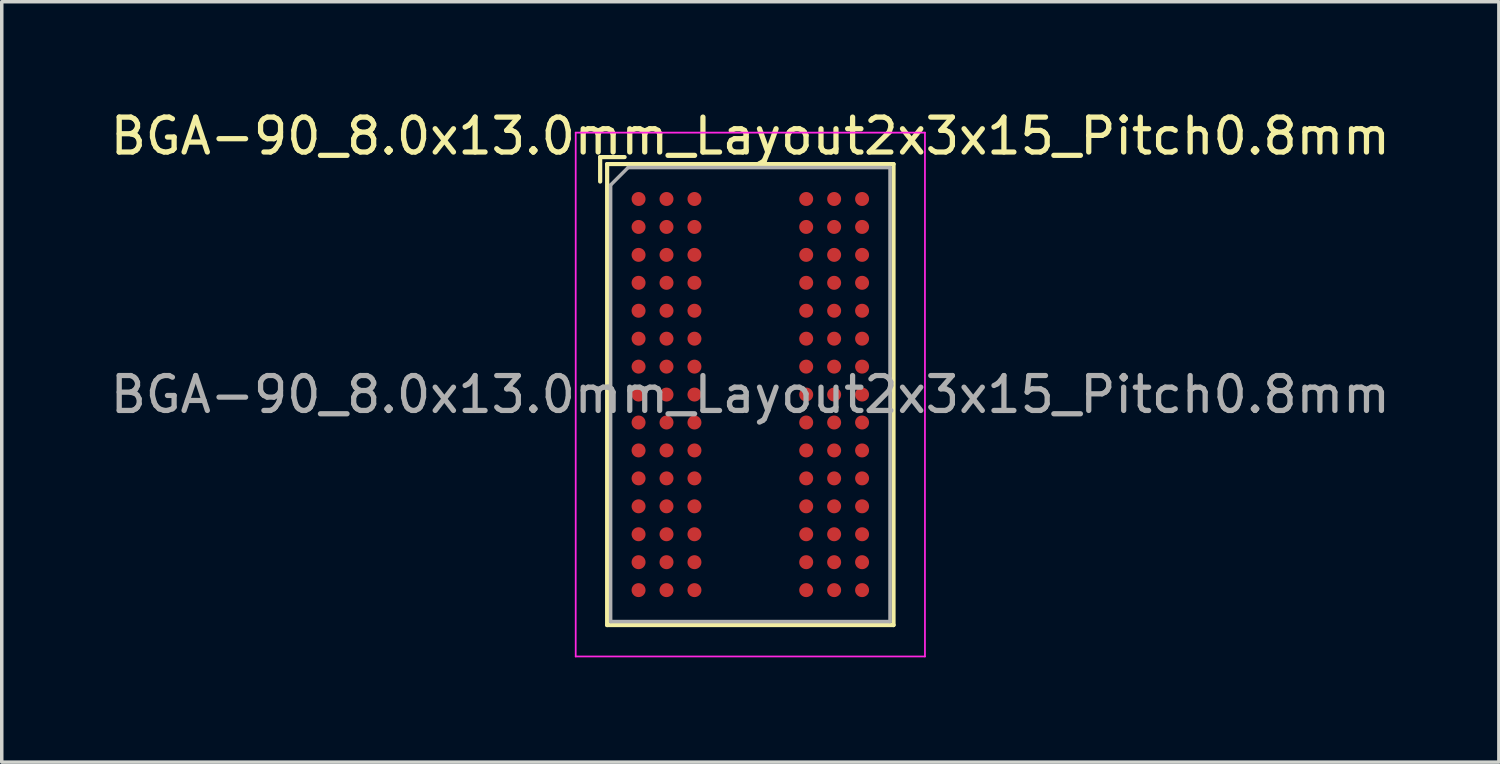
<source format=kicad_pcb>
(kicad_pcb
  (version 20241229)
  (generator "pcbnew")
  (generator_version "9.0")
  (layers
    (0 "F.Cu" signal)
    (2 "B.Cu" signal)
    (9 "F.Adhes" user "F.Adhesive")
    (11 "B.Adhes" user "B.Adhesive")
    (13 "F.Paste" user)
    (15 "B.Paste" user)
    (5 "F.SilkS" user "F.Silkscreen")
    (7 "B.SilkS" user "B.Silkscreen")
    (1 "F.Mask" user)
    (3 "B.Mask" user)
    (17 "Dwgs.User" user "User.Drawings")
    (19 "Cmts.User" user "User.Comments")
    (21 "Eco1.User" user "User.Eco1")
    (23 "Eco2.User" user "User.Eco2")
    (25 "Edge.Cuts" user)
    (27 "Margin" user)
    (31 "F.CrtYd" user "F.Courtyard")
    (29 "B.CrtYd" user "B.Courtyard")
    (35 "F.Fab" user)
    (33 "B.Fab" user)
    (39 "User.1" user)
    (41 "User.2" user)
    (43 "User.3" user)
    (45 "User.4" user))
  (footprint "BGA-90_8.0x13.0mm_Layout2x3x15_Pitch0.8mm"
    (layer "F.Cu")
    (at 18.435 8.248)
    (property "Reference" "BGA-90_8.0x13.0mm_Layout2x3x15_Pitch0.8mm" (at 0 -7.4 0) (layer "F.SilkS") (effects (font (size 1 1) (thickness 0.15))))
    (attr smd)
    (fp_line (start -4.3 -6.8) (end -3.6 -6.8) (stroke (width 0.12) (type solid)) (layer "F.SilkS"))
    (fp_line (start -4.3 -6.1) (end -4.3 -6.8) (stroke (width 0.12) (type solid)) (layer "F.SilkS"))
    (fp_line (start -4.1 -6.6) (end -4.1 6.6) (stroke (width 0.12) (type solid)) (layer "F.SilkS"))
    (fp_line (start -4.1 6.6) (end 4.1 6.6) (stroke (width 0.12) (type solid)) (layer "F.SilkS"))
    (fp_line (start 4.1 -6.6) (end -4.1 -6.6) (stroke (width 0.12) (type solid)) (layer "F.SilkS"))
    (fp_line (start 4.1 6.6) (end 4.1 -6.6) (stroke (width 0.12) (type solid)) (layer "F.SilkS"))
    (fp_line (start -5 -7.5) (end -5 7.5) (stroke (width 0.05) (type solid)) (layer "F.CrtYd"))
    (fp_line (start -5 -7.5) (end 5 -7.5) (stroke (width 0.05) (type solid)) (layer "F.CrtYd"))
    (fp_line (start 5 7.5) (end -5 7.5) (stroke (width 0.05) (type solid)) (layer "F.CrtYd"))
    (fp_line (start 5 7.5) (end 5 -7.5) (stroke (width 0.05) (type solid)) (layer "F.CrtYd"))
    (fp_line (start -4 -6) (end -4 6.5) (stroke (width 0.1) (type solid)) (layer "F.Fab"))
    (fp_line (start -4 6.5) (end 4 6.5) (stroke (width 0.1) (type solid)) (layer "F.Fab"))
    (fp_line (start -3.5 -6.5) (end -4 -6) (stroke (width 0.1) (type solid)) (layer "F.Fab"))
    (fp_line (start 4 -6.5) (end -3.5 -6.5) (stroke (width 0.1) (type solid)) (layer "F.Fab"))
    (fp_line (start 4 6.5) (end 4 -6.5) (stroke (width 0.1) (type solid)) (layer "F.Fab"))
    (fp_text user "${REFERENCE}" (at 0 0 0) (layer "F.Fab") (effects (font (size 1 1) (thickness 0.15))))
    (pad "A1" smd circle (at -3.2 -5.6) (size 0.4 0.4) (layers "F.Cu" "F.Mask" "F.Paste"))
    (pad "A2" smd circle (at -2.4 -5.6) (size 0.4 0.4) (layers "F.Cu" "F.Mask" "F.Paste"))
    (pad "A3" smd circle (at -1.6 -5.6) (size 0.4 0.4) (layers "F.Cu" "F.Mask" "F.Paste"))
    (pad "A7" smd circle (at 1.6 -5.6) (size 0.4 0.4) (layers "F.Cu" "F.Mask" "F.Paste"))
    (pad "A8" smd circle (at 2.4 -5.6) (size 0.4 0.4) (layers "F.Cu" "F.Mask" "F.Paste"))
    (pad "A9" smd circle (at 3.2 -5.6) (size 0.4 0.4) (layers "F.Cu" "F.Mask" "F.Paste"))
    (pad "B1" smd circle (at -3.2 -4.8) (size 0.4 0.4) (layers "F.Cu" "F.Mask" "F.Paste"))
    (pad "B2" smd circle (at -2.4 -4.8) (size 0.4 0.4) (layers "F.Cu" "F.Mask" "F.Paste"))
    (pad "B3" smd circle (at -1.6 -4.8) (size 0.4 0.4) (layers "F.Cu" "F.Mask" "F.Paste"))
    (pad "B7" smd circle (at 1.6 -4.8) (size 0.4 0.4) (layers "F.Cu" "F.Mask" "F.Paste"))
    (pad "B8" smd circle (at 2.4 -4.8) (size 0.4 0.4) (layers "F.Cu" "F.Mask" "F.Paste"))
    (pad "B9" smd circle (at 3.2 -4.8) (size 0.4 0.4) (layers "F.Cu" "F.Mask" "F.Paste"))
    (pad "C1" smd circle (at -3.2 -4) (size 0.4 0.4) (layers "F.Cu" "F.Mask" "F.Paste"))
    (pad "C2" smd circle (at -2.4 -4) (size 0.4 0.4) (layers "F.Cu" "F.Mask" "F.Paste"))
    (pad "C3" smd circle (at -1.6 -4) (size 0.4 0.4) (layers "F.Cu" "F.Mask" "F.Paste"))
    (pad "C7" smd circle (at 1.6 -4) (size 0.4 0.4) (layers "F.Cu" "F.Mask" "F.Paste"))
    (pad "C8" smd circle (at 2.4 -4) (size 0.4 0.4) (layers "F.Cu" "F.Mask" "F.Paste"))
    (pad "C9" smd circle (at 3.2 -4) (size 0.4 0.4) (layers "F.Cu" "F.Mask" "F.Paste"))
    (pad "D1" smd circle (at -3.2 -3.2) (size 0.4 0.4) (layers "F.Cu" "F.Mask" "F.Paste"))
    (pad "D2" smd circle (at -2.4 -3.2) (size 0.4 0.4) (layers "F.Cu" "F.Mask" "F.Paste"))
    (pad "D3" smd circle (at -1.6 -3.2) (size 0.4 0.4) (layers "F.Cu" "F.Mask" "F.Paste"))
    (pad "D7" smd circle (at 1.6 -3.2) (size 0.4 0.4) (layers "F.Cu" "F.Mask" "F.Paste"))
    (pad "D8" smd circle (at 2.4 -3.2) (size 0.4 0.4) (layers "F.Cu" "F.Mask" "F.Paste"))
    (pad "D9" smd circle (at 3.2 -3.2) (size 0.4 0.4) (layers "F.Cu" "F.Mask" "F.Paste"))
    (pad "E1" smd circle (at -3.2 -2.4) (size 0.4 0.4) (layers "F.Cu" "F.Mask" "F.Paste"))
    (pad "E2" smd circle (at -2.4 -2.4) (size 0.4 0.4) (layers "F.Cu" "F.Mask" "F.Paste"))
    (pad "E3" smd circle (at -1.6 -2.4) (size 0.4 0.4) (layers "F.Cu" "F.Mask" "F.Paste"))
    (pad "E7" smd circle (at 1.6 -2.4) (size 0.4 0.4) (layers "F.Cu" "F.Mask" "F.Paste"))
    (pad "E8" smd circle (at 2.4 -2.4) (size 0.4 0.4) (layers "F.Cu" "F.Mask" "F.Paste"))
    (pad "E9" smd circle (at 3.2 -2.4) (size 0.4 0.4) (layers "F.Cu" "F.Mask" "F.Paste"))
    (pad "F1" smd circle (at -3.2 -1.6) (size 0.4 0.4) (layers "F.Cu" "F.Mask" "F.Paste"))
    (pad "F2" smd circle (at -2.4 -1.6) (size 0.4 0.4) (layers "F.Cu" "F.Mask" "F.Paste"))
    (pad "F3" smd circle (at -1.6 -1.6) (size 0.4 0.4) (layers "F.Cu" "F.Mask" "F.Paste"))
    (pad "F7" smd circle (at 1.6 -1.6) (size 0.4 0.4) (layers "F.Cu" "F.Mask" "F.Paste"))
    (pad "F8" smd circle (at 2.4 -1.6) (size 0.4 0.4) (layers "F.Cu" "F.Mask" "F.Paste"))
    (pad "F9" smd circle (at 3.2 -1.6) (size 0.4 0.4) (layers "F.Cu" "F.Mask" "F.Paste"))
    (pad "G1" smd circle (at -3.2 -0.8) (size 0.4 0.4) (layers "F.Cu" "F.Mask" "F.Paste"))
    (pad "G2" smd circle (at -2.4 -0.8) (size 0.4 0.4) (layers "F.Cu" "F.Mask" "F.Paste"))
    (pad "G3" smd circle (at -1.6 -0.8) (size 0.4 0.4) (layers "F.Cu" "F.Mask" "F.Paste"))
    (pad "G7" smd circle (at 1.6 -0.8) (size 0.4 0.4) (layers "F.Cu" "F.Mask" "F.Paste"))
    (pad "G8" smd circle (at 2.4 -0.8) (size 0.4 0.4) (layers "F.Cu" "F.Mask" "F.Paste"))
    (pad "G9" smd circle (at 3.2 -0.8) (size 0.4 0.4) (layers "F.Cu" "F.Mask" "F.Paste"))
    (pad "H1" smd circle (at -3.2 0) (size 0.4 0.4) (layers "F.Cu" "F.Mask" "F.Paste"))
    (pad "H2" smd circle (at -2.4 0) (size 0.4 0.4) (layers "F.Cu" "F.Mask" "F.Paste"))
    (pad "H3" smd circle (at -1.6 0) (size 0.4 0.4) (layers "F.Cu" "F.Mask" "F.Paste"))
    (pad "H7" smd circle (at 1.6 0) (size 0.4 0.4) (layers "F.Cu" "F.Mask" "F.Paste"))
    (pad "H8" smd circle (at 2.4 0) (size 0.4 0.4) (layers "F.Cu" "F.Mask" "F.Paste"))
    (pad "H9" smd circle (at 3.2 0) (size 0.4 0.4) (layers "F.Cu" "F.Mask" "F.Paste"))
    (pad "J1" smd circle (at -3.2 0.8) (size 0.4 0.4) (layers "F.Cu" "F.Mask" "F.Paste"))
    (pad "J2" smd circle (at -2.4 0.8) (size 0.4 0.4) (layers "F.Cu" "F.Mask" "F.Paste"))
    (pad "J3" smd circle (at -1.6 0.8) (size 0.4 0.4) (layers "F.Cu" "F.Mask" "F.Paste"))
    (pad "J7" smd circle (at 1.6 0.8) (size 0.4 0.4) (layers "F.Cu" "F.Mask" "F.Paste"))
    (pad "J8" smd circle (at 2.4 0.8) (size 0.4 0.4) (layers "F.Cu" "F.Mask" "F.Paste"))
    (pad "J9" smd circle (at 3.2 0.8) (size 0.4 0.4) (layers "F.Cu" "F.Mask" "F.Paste"))
    (pad "K1" smd circle (at -3.2 1.6) (size 0.4 0.4) (layers "F.Cu" "F.Mask" "F.Paste"))
    (pad "K2" smd circle (at -2.4 1.6) (size 0.4 0.4) (layers "F.Cu" "F.Mask" "F.Paste"))
    (pad "K3" smd circle (at -1.6 1.6) (size 0.4 0.4) (layers "F.Cu" "F.Mask" "F.Paste"))
    (pad "K7" smd circle (at 1.6 1.6) (size 0.4 0.4) (layers "F.Cu" "F.Mask" "F.Paste"))
    (pad "K8" smd circle (at 2.4 1.6) (size 0.4 0.4) (layers "F.Cu" "F.Mask" "F.Paste"))
    (pad "K9" smd circle (at 3.2 1.6) (size 0.4 0.4) (layers "F.Cu" "F.Mask" "F.Paste"))
    (pad "L1" smd circle (at -3.2 2.4) (size 0.4 0.4) (layers "F.Cu" "F.Mask" "F.Paste"))
    (pad "L2" smd circle (at -2.4 2.4) (size 0.4 0.4) (layers "F.Cu" "F.Mask" "F.Paste"))
    (pad "L3" smd circle (at -1.6 2.4) (size 0.4 0.4) (layers "F.Cu" "F.Mask" "F.Paste"))
    (pad "L7" smd circle (at 1.6 2.4) (size 0.4 0.4) (layers "F.Cu" "F.Mask" "F.Paste"))
    (pad "L8" smd circle (at 2.4 2.4) (size 0.4 0.4) (layers "F.Cu" "F.Mask" "F.Paste"))
    (pad "L9" smd circle (at 3.2 2.4) (size 0.4 0.4) (layers "F.Cu" "F.Mask" "F.Paste"))
    (pad "M1" smd circle (at -3.2 3.2) (size 0.4 0.4) (layers "F.Cu" "F.Mask" "F.Paste"))
    (pad "M2" smd circle (at -2.4 3.2) (size 0.4 0.4) (layers "F.Cu" "F.Mask" "F.Paste"))
    (pad "M3" smd circle (at -1.6 3.2) (size 0.4 0.4) (layers "F.Cu" "F.Mask" "F.Paste"))
    (pad "M7" smd circle (at 1.6 3.2) (size 0.4 0.4) (layers "F.Cu" "F.Mask" "F.Paste"))
    (pad "M8" smd circle (at 2.4 3.2) (size 0.4 0.4) (layers "F.Cu" "F.Mask" "F.Paste"))
    (pad "M9" smd circle (at 3.2 3.2) (size 0.4 0.4) (layers "F.Cu" "F.Mask" "F.Paste"))
    (pad "N1" smd circle (at -3.2 4) (size 0.4 0.4) (layers "F.Cu" "F.Mask" "F.Paste"))
    (pad "N2" smd circle (at -2.4 4) (size 0.4 0.4) (layers "F.Cu" "F.Mask" "F.Paste"))
    (pad "N3" smd circle (at -1.6 4) (size 0.4 0.4) (layers "F.Cu" "F.Mask" "F.Paste"))
    (pad "N7" smd circle (at 1.6 4) (size 0.4 0.4) (layers "F.Cu" "F.Mask" "F.Paste"))
    (pad "N8" smd circle (at 2.4 4) (size 0.4 0.4) (layers "F.Cu" "F.Mask" "F.Paste"))
    (pad "N9" smd circle (at 3.2 4) (size 0.4 0.4) (layers "F.Cu" "F.Mask" "F.Paste"))
    (pad "P1" smd circle (at -3.2 4.8) (size 0.4 0.4) (layers "F.Cu" "F.Mask" "F.Paste"))
    (pad "P2" smd circle (at -2.4 4.8) (size 0.4 0.4) (layers "F.Cu" "F.Mask" "F.Paste"))
    (pad "P3" smd circle (at -1.6 4.8) (size 0.4 0.4) (layers "F.Cu" "F.Mask" "F.Paste"))
    (pad "P7" smd circle (at 1.6 4.8) (size 0.4 0.4) (layers "F.Cu" "F.Mask" "F.Paste"))
    (pad "P8" smd circle (at 2.4 4.8) (size 0.4 0.4) (layers "F.Cu" "F.Mask" "F.Paste"))
    (pad "P9" smd circle (at 3.2 4.8) (size 0.4 0.4) (layers "F.Cu" "F.Mask" "F.Paste"))
    (pad "R1" smd circle (at -3.2 5.6) (size 0.4 0.4) (layers "F.Cu" "F.Mask" "F.Paste"))
    (pad "R2" smd circle (at -2.4 5.6) (size 0.4 0.4) (layers "F.Cu" "F.Mask" "F.Paste"))
    (pad "R3" smd circle (at -1.6 5.6) (size 0.4 0.4) (layers "F.Cu" "F.Mask" "F.Paste"))
    (pad "R7" smd circle (at 1.6 5.6) (size 0.4 0.4) (layers "F.Cu" "F.Mask" "F.Paste"))
    (pad "R8" smd circle (at 2.4 5.6) (size 0.4 0.4) (layers "F.Cu" "F.Mask" "F.Paste"))
    (pad "R9" smd circle (at 3.2 5.6) (size 0.4 0.4) (layers "F.Cu" "F.Mask" "F.Paste")))
  (gr_rect
    (start -3 -3)
    (end 39.869 18.773)
    (stroke (width 0.1) (type default))
    (fill no)
    (layer "Edge.Cuts")))
</source>
